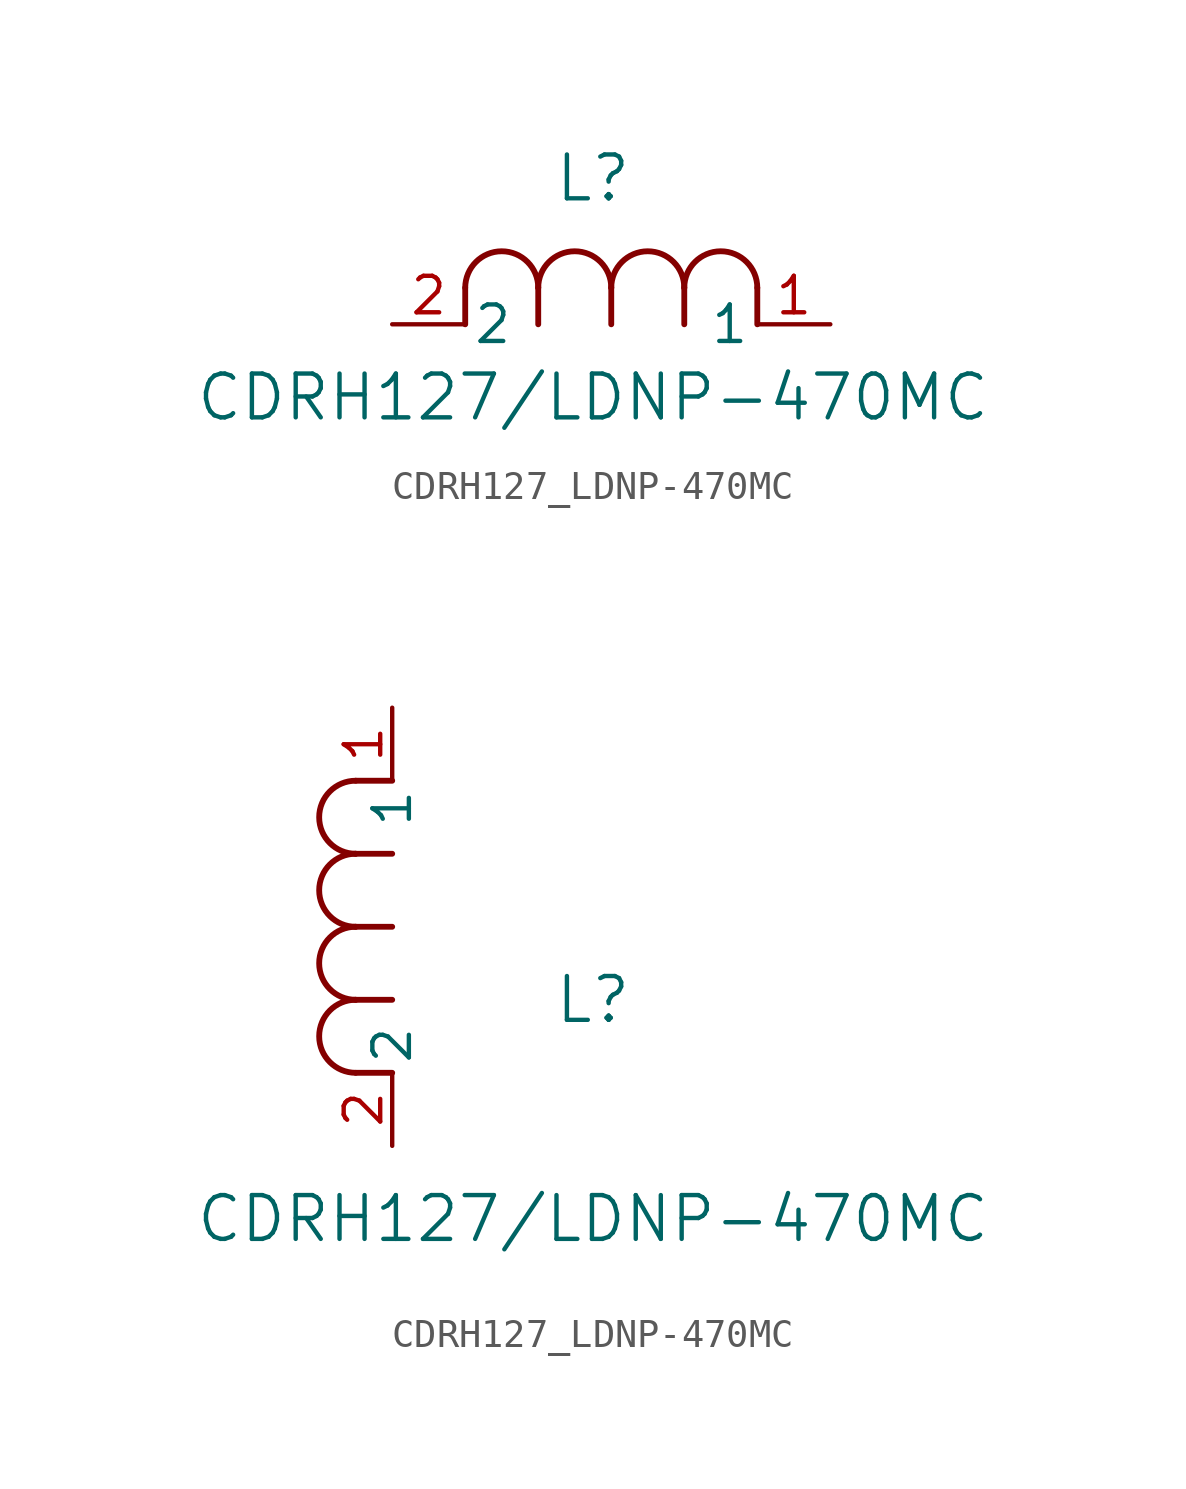
<source format=kicad_sym>
(kicad_symbol_lib
  (version 20211014)
  (generator kicad_symbol_editor)
  (symbol "CDRH127_LDNP-470MC"
    (pin_names
      (offset 0.254))
    (property "Reference" "L"
      (at 6.985 5.08 0)
      (effects (font (size 1.524 1.524))))
    (property "Value" "CDRH127/LDNP-470MC"
      (at 6.985 -2.54 0)
      (effects (font (size 1.524 1.524))))
    (symbol "CDRH127_LDNP-470MC_1_1"
      (arc (start 7.62 1.27) (mid 6.35 2.54) (end 5.08 1.27) (stroke (width 0.2032) (type default) (color 0 0 0 0)) (fill (type none)))
      (polyline (pts (xy 5.08 0) (xy 5.08 1.27)) (stroke (width 0.203) (type default) (color 0 0 0 0)) (fill (type none)))
      (polyline (pts (xy 7.62 0) (xy 7.62 1.27)) (stroke (width 0.203) (type default) (color 0 0 0 0)) (fill (type none)))
      (polyline (pts (xy 12.7 0) (xy 12.7 1.27)) (stroke (width 0.203) (type default) (color 0 0 0 0)) (fill (type none)))
      (arc (start 5.08 1.27) (mid 3.81 2.54) (end 2.54 1.27) (stroke (width 0.2032) (type default) (color 0 0 0 0)) (fill (type none)))
      (arc (start 10.16 1.27) (mid 8.89 2.54) (end 7.62 1.27) (stroke (width 0.2032) (type default) (color 0 0 0 0)) (fill (type none)))
      (arc (start 12.7 1.27) (mid 11.43 2.54) (end 10.16 1.27) (stroke (width 0.2032) (type default) (color 0 0 0 0)) (fill (type none)))
      (polyline (pts (xy 2.54 0) (xy 2.54 1.27)) (stroke (width 0.203) (type default) (color 0 0 0 0)) (fill (type none)))
      (polyline (pts (xy 10.16 0) (xy 10.16 1.27)) (stroke (width 0.203) (type default) (color 0 0 0 0)) (fill (type none)))
      (pin unspecified line (at 0 0 0) (length 2.54) (name "2" (effects (font (size 1.27 1.27)))) (number "2" (effects (font (size 1.27 1.27)))))
      (pin unspecified line (at 15.24 0 180) (length 2.54) (name "1" (effects (font (size 1.27 1.27)))) (number "1" (effects (font (size 1.27 1.27))))))
    (symbol "CDRH127_LDNP-470MC_1_2"
      (arc (start -1.27 7.62) (mid -2.54 6.35) (end -1.27 5.08) (stroke (width 0.2032) (type default) (color 0 0 0 0)) (fill (type none)))
      (arc (start -1.27 5.08) (mid -2.54 3.81) (end -1.27 2.54) (stroke (width 0.2032) (type default) (color 0 0 0 0)) (fill (type none)))
      (arc (start -1.27 12.7) (mid -2.54 11.43) (end -1.27 10.16) (stroke (width 0.2032) (type default) (color 0 0 0 0)) (fill (type none)))
      (arc (start -1.27 10.16) (mid -2.54 8.89) (end -1.27 7.62) (stroke (width 0.2032) (type default) (color 0 0 0 0)) (fill (type none)))
      (polyline (pts (xy 0 7.62) (xy -1.27 7.62)) (stroke (width 0.203) (type default) (color 0 0 0 0)) (fill (type none)))
      (polyline (pts (xy 0 5.08) (xy -1.27 5.08)) (stroke (width 0.203) (type default) (color 0 0 0 0)) (fill (type none)))
      (polyline (pts (xy 0 12.7) (xy -1.27 12.7)) (stroke (width 0.203) (type default) (color 0 0 0 0)) (fill (type none)))
      (polyline (pts (xy 0 2.54) (xy -1.27 2.54)) (stroke (width 0.203) (type default) (color 0 0 0 0)) (fill (type none)))
      (polyline (pts (xy 0 10.16) (xy -1.27 10.16)) (stroke (width 0.203) (type default) (color 0 0 0 0)) (fill (type none)))
      (pin unspecified line (at 0 0 90) (length 2.54) (name "2" (effects (font (size 1.27 1.27)))) (number "2" (effects (font (size 1.27 1.27)))))
      (pin unspecified line (at 0 15.24 270) (length 2.54) (name "1" (effects (font (size 1.27 1.27)))) (number "1" (effects (font (size 1.27 1.27))))))))
</source>
